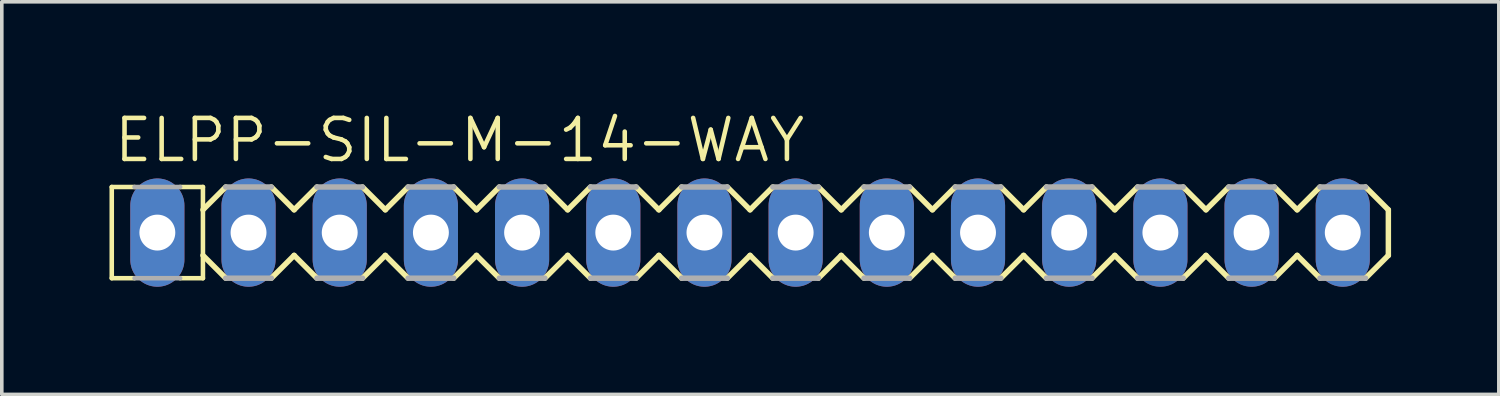
<source format=kicad_pcb>
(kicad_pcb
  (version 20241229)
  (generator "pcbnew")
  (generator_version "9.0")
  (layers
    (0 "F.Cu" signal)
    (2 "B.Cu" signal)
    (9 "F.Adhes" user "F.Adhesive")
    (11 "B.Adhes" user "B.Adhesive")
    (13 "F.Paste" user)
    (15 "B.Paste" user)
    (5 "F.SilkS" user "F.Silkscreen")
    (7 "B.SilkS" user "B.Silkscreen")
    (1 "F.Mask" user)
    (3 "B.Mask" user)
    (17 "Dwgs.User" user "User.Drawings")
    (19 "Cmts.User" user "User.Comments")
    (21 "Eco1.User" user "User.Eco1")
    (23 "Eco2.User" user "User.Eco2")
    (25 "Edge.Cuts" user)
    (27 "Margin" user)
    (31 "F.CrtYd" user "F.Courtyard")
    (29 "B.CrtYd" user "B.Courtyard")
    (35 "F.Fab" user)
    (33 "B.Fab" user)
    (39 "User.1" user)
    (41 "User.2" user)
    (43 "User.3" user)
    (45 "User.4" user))
  (footprint "ELPP-SIL-M-14-WAY"
    (layer "F.Cu")
    (at 6.413 3.429)
    (property "Reference" "ELPP-SIL-M-14-WAY" (at -6.35 -1.905 0) (unlocked yes) (layer "F.SilkS") (effects (font (size 1.143 1.143) (thickness 0.127)) (justify left bottom)))
    (fp_line (start -6.35 -1.27) (end -6.35 1.27) (stroke (width 0.127) (type solid)) (layer "F.SilkS"))
    (fp_line (start -6.35 -1.27) (end -5.715 -1.27) (stroke (width 0.127) (type solid)) (layer "F.SilkS"))
    (fp_line (start -6.35 1.27) (end -5.715 1.27) (stroke (width 0.127) (type solid)) (layer "F.SilkS"))
    (fp_line (start -3.81 -1.27) (end -4.445 -1.27) (stroke (width 0.127) (type solid)) (layer "F.SilkS"))
    (fp_line (start -3.81 -1.27) (end -3.81 1.27) (stroke (width 0.127) (type solid)) (layer "F.SilkS"))
    (fp_line (start -3.81 -0.635) (end -3.175 -1.27) (stroke (width 0.152) (type solid)) (layer "F.SilkS"))
    (fp_line (start -3.81 1.27) (end -4.445 1.27) (stroke (width 0.127) (type solid)) (layer "F.SilkS"))
    (fp_line (start -3.175 1.27) (end -3.81 0.635) (stroke (width 0.152) (type solid)) (layer "F.SilkS"))
    (fp_line (start -1.905 -1.27) (end -1.27 -0.635) (stroke (width 0.152) (type solid)) (layer "F.SilkS"))
    (fp_line (start -1.27 -0.635) (end -0.635 -1.27) (stroke (width 0.152) (type solid)) (layer "F.SilkS"))
    (fp_line (start -1.27 0.635) (end -1.905 1.27) (stroke (width 0.152) (type solid)) (layer "F.SilkS"))
    (fp_line (start -0.635 1.27) (end -1.27 0.635) (stroke (width 0.152) (type solid)) (layer "F.SilkS"))
    (fp_line (start 0.635 -1.27) (end 1.27 -0.635) (stroke (width 0.152) (type solid)) (layer "F.SilkS"))
    (fp_line (start 1.27 0.635) (end 0.635 1.27) (stroke (width 0.152) (type solid)) (layer "F.SilkS"))
    (fp_line (start 1.27 0.635) (end 1.905 1.27) (stroke (width 0.152) (type solid)) (layer "F.SilkS"))
    (fp_line (start 1.905 -1.27) (end 1.27 -0.635) (stroke (width 0.152) (type solid)) (layer "F.SilkS"))
    (fp_line (start 3.175 -1.27) (end 3.81 -0.635) (stroke (width 0.152) (type solid)) (layer "F.SilkS"))
    (fp_line (start 3.81 -0.635) (end 4.445 -1.27) (stroke (width 0.152) (type solid)) (layer "F.SilkS"))
    (fp_line (start 3.81 0.635) (end 3.175 1.27) (stroke (width 0.152) (type solid)) (layer "F.SilkS"))
    (fp_line (start 4.445 1.27) (end 3.81 0.635) (stroke (width 0.152) (type solid)) (layer "F.SilkS"))
    (fp_line (start 5.715 -1.27) (end 6.35 -0.635) (stroke (width 0.152) (type solid)) (layer "F.SilkS"))
    (fp_line (start 6.35 -0.635) (end 6.985 -1.27) (stroke (width 0.152) (type solid)) (layer "F.SilkS"))
    (fp_line (start 6.35 0.635) (end 5.715 1.27) (stroke (width 0.152) (type solid)) (layer "F.SilkS"))
    (fp_line (start 6.985 1.27) (end 6.35 0.635) (stroke (width 0.152) (type solid)) (layer "F.SilkS"))
    (fp_line (start 8.255 -1.27) (end 8.89 -0.635) (stroke (width 0.152) (type solid)) (layer "F.SilkS"))
    (fp_line (start 8.89 -0.635) (end 9.525 -1.27) (stroke (width 0.152) (type solid)) (layer "F.SilkS"))
    (fp_line (start 8.89 0.635) (end 8.255 1.27) (stroke (width 0.152) (type solid)) (layer "F.SilkS"))
    (fp_line (start 9.525 1.27) (end 8.89 0.635) (stroke (width 0.152) (type solid)) (layer "F.SilkS"))
    (fp_line (start 10.795 -1.27) (end 11.43 -0.635) (stroke (width 0.152) (type solid)) (layer "F.SilkS"))
    (fp_line (start 11.43 -0.635) (end 12.065 -1.27) (stroke (width 0.152) (type solid)) (layer "F.SilkS"))
    (fp_line (start 11.43 0.635) (end 10.795 1.27) (stroke (width 0.152) (type solid)) (layer "F.SilkS"))
    (fp_line (start 12.065 1.27) (end 11.43 0.635) (stroke (width 0.152) (type solid)) (layer "F.SilkS"))
    (fp_line (start 13.335 -1.27) (end 13.97 -0.635) (stroke (width 0.152) (type solid)) (layer "F.SilkS"))
    (fp_line (start 13.97 -0.635) (end 14.605 -1.27) (stroke (width 0.152) (type solid)) (layer "F.SilkS"))
    (fp_line (start 13.97 0.635) (end 13.335 1.27) (stroke (width 0.152) (type solid)) (layer "F.SilkS"))
    (fp_line (start 14.605 1.27) (end 13.97 0.635) (stroke (width 0.152) (type solid)) (layer "F.SilkS"))
    (fp_line (start 15.875 -1.27) (end 16.51 -0.635) (stroke (width 0.152) (type solid)) (layer "F.SilkS"))
    (fp_line (start 16.51 -0.635) (end 17.145 -1.27) (stroke (width 0.152) (type solid)) (layer "F.SilkS"))
    (fp_line (start 16.51 0.635) (end 15.875 1.27) (stroke (width 0.152) (type solid)) (layer "F.SilkS"))
    (fp_line (start 17.145 1.27) (end 16.51 0.635) (stroke (width 0.152) (type solid)) (layer "F.SilkS"))
    (fp_line (start 18.415 -1.27) (end 19.05 -0.635) (stroke (width 0.152) (type solid)) (layer "F.SilkS"))
    (fp_line (start 19.05 -0.635) (end 19.685 -1.27) (stroke (width 0.152) (type solid)) (layer "F.SilkS"))
    (fp_line (start 19.05 0.635) (end 18.415 1.27) (stroke (width 0.152) (type solid)) (layer "F.SilkS"))
    (fp_line (start 19.685 1.27) (end 19.05 0.635) (stroke (width 0.152) (type solid)) (layer "F.SilkS"))
    (fp_line (start 20.955 -1.27) (end 21.59 -0.635) (stroke (width 0.152) (type solid)) (layer "F.SilkS"))
    (fp_line (start 21.59 -0.635) (end 22.225 -1.27) (stroke (width 0.152) (type solid)) (layer "F.SilkS"))
    (fp_line (start 21.59 0.635) (end 20.955 1.27) (stroke (width 0.152) (type solid)) (layer "F.SilkS"))
    (fp_line (start 22.225 1.27) (end 21.59 0.635) (stroke (width 0.152) (type solid)) (layer "F.SilkS"))
    (fp_line (start 23.495 -1.27) (end 24.13 -0.635) (stroke (width 0.152) (type solid)) (layer "F.SilkS"))
    (fp_line (start 24.13 -0.635) (end 24.765 -1.27) (stroke (width 0.152) (type solid)) (layer "F.SilkS"))
    (fp_line (start 24.13 0.635) (end 23.495 1.27) (stroke (width 0.152) (type solid)) (layer "F.SilkS"))
    (fp_line (start 24.765 1.27) (end 24.13 0.635) (stroke (width 0.152) (type solid)) (layer "F.SilkS"))
    (fp_line (start 26.035 -1.27) (end 26.67 -0.635) (stroke (width 0.152) (type solid)) (layer "F.SilkS"))
    (fp_line (start 26.67 -0.635) (end 27.305 -1.27) (stroke (width 0.152) (type solid)) (layer "F.SilkS"))
    (fp_line (start 26.67 0.635) (end 26.035 1.27) (stroke (width 0.152) (type solid)) (layer "F.SilkS"))
    (fp_line (start 27.305 1.27) (end 26.67 0.635) (stroke (width 0.152) (type solid)) (layer "F.SilkS"))
    (fp_line (start 28.575 -1.27) (end 29.21 -0.635) (stroke (width 0.152) (type solid)) (layer "F.SilkS"))
    (fp_line (start 29.21 -0.635) (end 29.21 0.635) (stroke (width 0.152) (type solid)) (layer "F.SilkS"))
    (fp_line (start 29.21 0.635) (end 28.575 1.27) (stroke (width 0.152) (type solid)) (layer "F.SilkS"))
    (fp_line (start -5.715 -1.27) (end -4.445 -1.27) (stroke (width 0.127) (type solid)) (layer "F.Fab"))
    (fp_line (start -5.715 1.27) (end -4.445 1.27) (stroke (width 0.127) (type solid)) (layer "F.Fab"))
    (fp_line (start -3.175 -1.27) (end -1.905 -1.27) (stroke (width 0.152) (type solid)) (layer "F.Fab"))
    (fp_line (start -1.905 1.27) (end -3.175 1.27) (stroke (width 0.152) (type solid)) (layer "F.Fab"))
    (fp_line (start -0.635 -1.27) (end 0.635 -1.27) (stroke (width 0.152) (type solid)) (layer "F.Fab"))
    (fp_line (start 0.635 1.27) (end -0.635 1.27) (stroke (width 0.152) (type solid)) (layer "F.Fab"))
    (fp_line (start 1.905 -1.27) (end 3.175 -1.27) (stroke (width 0.152) (type solid)) (layer "F.Fab"))
    (fp_line (start 3.175 1.27) (end 1.905 1.27) (stroke (width 0.152) (type solid)) (layer "F.Fab"))
    (fp_line (start 4.445 -1.27) (end 5.715 -1.27) (stroke (width 0.152) (type solid)) (layer "F.Fab"))
    (fp_line (start 5.715 1.27) (end 4.445 1.27) (stroke (width 0.152) (type solid)) (layer "F.Fab"))
    (fp_line (start 6.985 -1.27) (end 8.255 -1.27) (stroke (width 0.152) (type solid)) (layer "F.Fab"))
    (fp_line (start 8.255 1.27) (end 6.985 1.27) (stroke (width 0.152) (type solid)) (layer "F.Fab"))
    (fp_line (start 9.525 -1.27) (end 10.795 -1.27) (stroke (width 0.152) (type solid)) (layer "F.Fab"))
    (fp_line (start 10.795 1.27) (end 9.525 1.27) (stroke (width 0.152) (type solid)) (layer "F.Fab"))
    (fp_line (start 12.065 -1.27) (end 13.335 -1.27) (stroke (width 0.152) (type solid)) (layer "F.Fab"))
    (fp_line (start 13.335 1.27) (end 12.065 1.27) (stroke (width 0.152) (type solid)) (layer "F.Fab"))
    (fp_line (start 14.605 -1.27) (end 15.875 -1.27) (stroke (width 0.152) (type solid)) (layer "F.Fab"))
    (fp_line (start 15.875 1.27) (end 14.605 1.27) (stroke (width 0.152) (type solid)) (layer "F.Fab"))
    (fp_line (start 17.145 -1.27) (end 18.415 -1.27) (stroke (width 0.152) (type solid)) (layer "F.Fab"))
    (fp_line (start 18.415 1.27) (end 17.145 1.27) (stroke (width 0.152) (type solid)) (layer "F.Fab"))
    (fp_line (start 19.685 -1.27) (end 20.955 -1.27) (stroke (width 0.152) (type solid)) (layer "F.Fab"))
    (fp_line (start 20.955 1.27) (end 19.685 1.27) (stroke (width 0.152) (type solid)) (layer "F.Fab"))
    (fp_line (start 22.225 -1.27) (end 23.495 -1.27) (stroke (width 0.152) (type solid)) (layer "F.Fab"))
    (fp_line (start 23.495 1.27) (end 22.225 1.27) (stroke (width 0.152) (type solid)) (layer "F.Fab"))
    (fp_line (start 24.765 -1.27) (end 26.035 -1.27) (stroke (width 0.152) (type solid)) (layer "F.Fab"))
    (fp_line (start 26.035 1.27) (end 24.765 1.27) (stroke (width 0.152) (type solid)) (layer "F.Fab"))
    (fp_line (start 27.305 -1.27) (end 28.575 -1.27) (stroke (width 0.152) (type solid)) (layer "F.Fab"))
    (fp_line (start 28.575 1.27) (end 27.305 1.27) (stroke (width 0.152) (type solid)) (layer "F.Fab"))
    (fp_poly (pts (xy -5.334 0.254) (xy -4.826 0.254) (xy -4.826 -0.254) (xy -5.334 -0.254)) (stroke (width 0.1) (type default)) (fill no) (layer "F.Fab"))
    (fp_poly (pts (xy -2.794 0.254) (xy -2.286 0.254) (xy -2.286 -0.254) (xy -2.794 -0.254)) (stroke (width 0.1) (type default)) (fill no) (layer "F.Fab"))
    (fp_poly (pts (xy -0.254 0.254) (xy 0.254 0.254) (xy 0.254 -0.254) (xy -0.254 -0.254)) (stroke (width 0.1) (type default)) (fill no) (layer "F.Fab"))
    (fp_poly (pts (xy 2.286 0.254) (xy 2.794 0.254) (xy 2.794 -0.254) (xy 2.286 -0.254)) (stroke (width 0.1) (type default)) (fill no) (layer "F.Fab"))
    (fp_poly (pts (xy 4.826 0.254) (xy 5.334 0.254) (xy 5.334 -0.254) (xy 4.826 -0.254)) (stroke (width 0.1) (type default)) (fill no) (layer "F.Fab"))
    (fp_poly (pts (xy 7.366 0.254) (xy 7.874 0.254) (xy 7.874 -0.254) (xy 7.366 -0.254)) (stroke (width 0.1) (type default)) (fill no) (layer "F.Fab"))
    (fp_poly (pts (xy 9.906 0.254) (xy 10.414 0.254) (xy 10.414 -0.254) (xy 9.906 -0.254)) (stroke (width 0.1) (type default)) (fill no) (layer "F.Fab"))
    (fp_poly (pts (xy 12.446 0.254) (xy 12.954 0.254) (xy 12.954 -0.254) (xy 12.446 -0.254)) (stroke (width 0.1) (type default)) (fill no) (layer "F.Fab"))
    (fp_poly (pts (xy 14.986 0.254) (xy 15.494 0.254) (xy 15.494 -0.254) (xy 14.986 -0.254)) (stroke (width 0.1) (type default)) (fill no) (layer "F.Fab"))
    (fp_poly (pts (xy 17.526 0.254) (xy 18.034 0.254) (xy 18.034 -0.254) (xy 17.526 -0.254)) (stroke (width 0.1) (type default)) (fill no) (layer "F.Fab"))
    (fp_poly (pts (xy 20.066 0.254) (xy 20.574 0.254) (xy 20.574 -0.254) (xy 20.066 -0.254)) (stroke (width 0.1) (type default)) (fill no) (layer "F.Fab"))
    (fp_poly (pts (xy 22.606 0.254) (xy 23.114 0.254) (xy 23.114 -0.254) (xy 22.606 -0.254)) (stroke (width 0.1) (type default)) (fill no) (layer "F.Fab"))
    (fp_poly (pts (xy 25.146 0.254) (xy 25.654 0.254) (xy 25.654 -0.254) (xy 25.146 -0.254)) (stroke (width 0.1) (type default)) (fill no) (layer "F.Fab"))
    (fp_poly (pts (xy 27.686 0.254) (xy 28.194 0.254) (xy 28.194 -0.254) (xy 27.686 -0.254)) (stroke (width 0.1) (type default)) (fill no) (layer "F.Fab"))
    (pad "1" thru_hole oval (at -5.08 0 90) (size 3.016 1.508) (drill 1) (layers "*.Cu" "*.Mask"))
    (pad "2" thru_hole oval (at -2.54 0 90) (size 3.016 1.508) (drill 1) (layers "*.Cu" "*.Mask"))
    (pad "3" thru_hole oval (at 0 0 90) (size 3.016 1.508) (drill 1) (layers "*.Cu" "*.Mask"))
    (pad "4" thru_hole oval (at 2.54 0 90) (size 3.016 1.508) (drill 1) (layers "*.Cu" "*.Mask"))
    (pad "5" thru_hole oval (at 5.08 0 90) (size 3.016 1.508) (drill 1) (layers "*.Cu" "*.Mask"))
    (pad "6" thru_hole oval (at 7.62 0 90) (size 3.016 1.508) (drill 1) (layers "*.Cu" "*.Mask"))
    (pad "7" thru_hole oval (at 10.16 0 90) (size 3.016 1.508) (drill 1) (layers "*.Cu" "*.Mask"))
    (pad "8" thru_hole oval (at 12.7 0 90) (size 3.016 1.508) (drill 1) (layers "*.Cu" "*.Mask"))
    (pad "9" thru_hole oval (at 15.24 0 90) (size 3.016 1.508) (drill 1) (layers "*.Cu" "*.Mask"))
    (pad "10" thru_hole oval (at 17.78 0 90) (size 3.016 1.508) (drill 1) (layers "*.Cu" "*.Mask"))
    (pad "11" thru_hole oval (at 20.32 0 90) (size 3.016 1.508) (drill 1) (layers "*.Cu" "*.Mask"))
    (pad "12" thru_hole oval (at 22.86 0 90) (size 3.016 1.508) (drill 1) (layers "*.Cu" "*.Mask"))
    (pad "13" thru_hole oval (at 25.4 0 90) (size 3.016 1.508) (drill 1) (layers "*.Cu" "*.Mask"))
    (pad "14" thru_hole oval (at 27.94 0 90) (size 3.016 1.508) (drill 1) (layers "*.Cu" "*.Mask")))
  (gr_rect
    (start -3 -3)
    (end 38.7 7.937)
    (stroke (width 0.1) (type default))
    (fill no)
    (layer "Edge.Cuts")))
</source>
